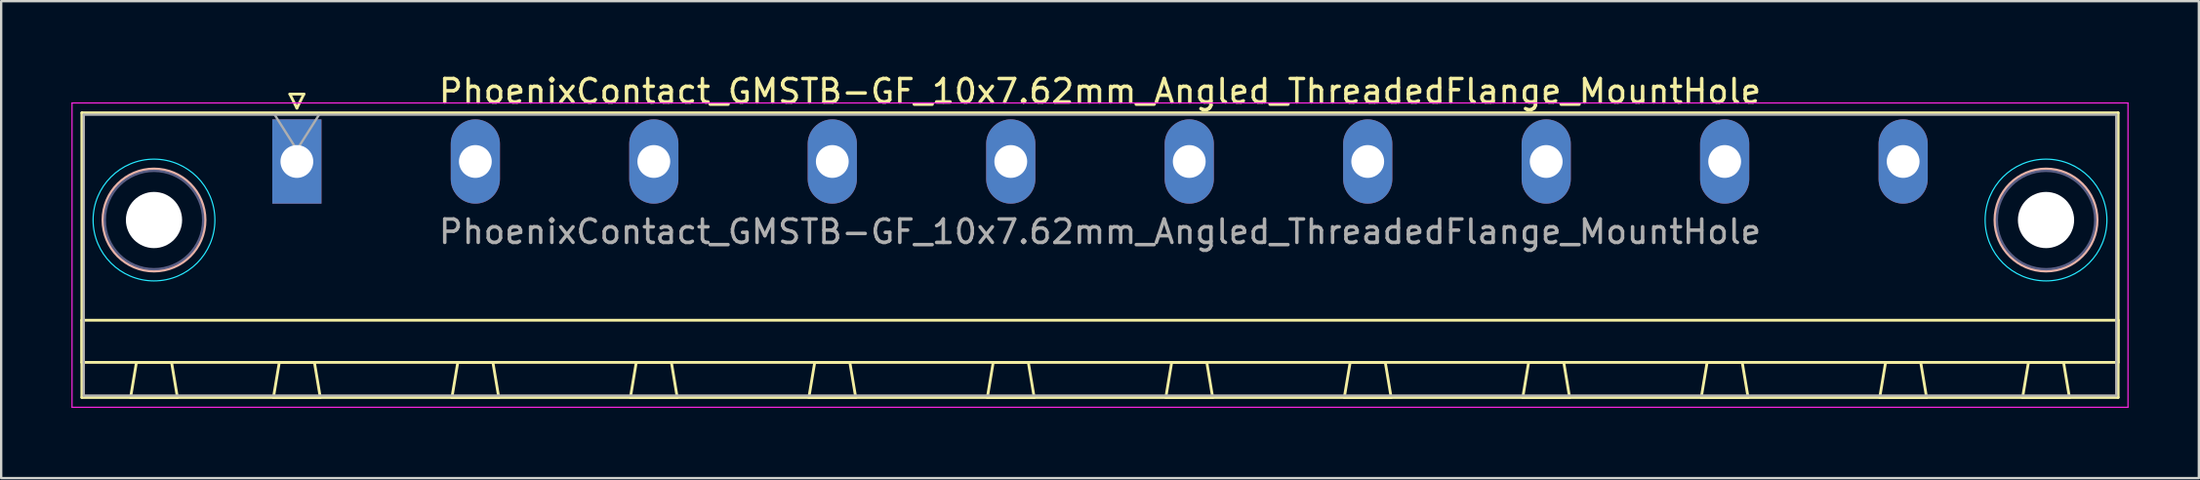
<source format=kicad_pcb>
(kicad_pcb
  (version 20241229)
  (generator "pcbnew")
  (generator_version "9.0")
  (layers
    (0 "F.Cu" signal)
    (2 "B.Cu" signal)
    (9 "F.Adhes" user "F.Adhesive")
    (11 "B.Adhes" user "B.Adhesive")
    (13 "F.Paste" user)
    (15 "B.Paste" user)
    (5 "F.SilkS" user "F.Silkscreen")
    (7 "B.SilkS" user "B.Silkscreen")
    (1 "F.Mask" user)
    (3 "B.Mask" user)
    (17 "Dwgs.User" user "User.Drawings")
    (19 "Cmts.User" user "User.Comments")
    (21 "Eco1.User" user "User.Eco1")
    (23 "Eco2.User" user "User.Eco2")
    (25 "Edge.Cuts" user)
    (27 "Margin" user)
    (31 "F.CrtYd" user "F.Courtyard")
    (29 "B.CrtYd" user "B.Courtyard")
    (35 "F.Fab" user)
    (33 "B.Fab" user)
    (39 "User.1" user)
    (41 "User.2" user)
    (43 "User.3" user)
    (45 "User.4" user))
  (footprint "PhoenixContact_GMSTB-GF_10x7.62mm_Angled_ThreadedFlange_MountHole"
    (layer "F.Cu")
    (at 9.625 3.848)
    (property "Reference" "PhoenixContact_GMSTB-GF_10x7.62mm_Angled_ThreadedFlange_MountHole" (at 34.29 -3 0) (layer "F.SilkS") (effects (font (size 1 1) (thickness 0.15))))
    (attr through_hole)
    (fp_line (start -9.18 -2.08) (end -9.18 10.08) (stroke (width 0.12) (type solid)) (layer "F.SilkS"))
    (fp_line (start -9.18 6.78) (end 77.76 6.78) (stroke (width 0.12) (type solid)) (layer "F.SilkS"))
    (fp_line (start -9.18 8.58) (end -9.18 6.78) (stroke (width 0.12) (type solid)) (layer "F.SilkS"))
    (fp_line (start -9.18 10.08) (end 77.76 10.08) (stroke (width 0.12) (type solid)) (layer "F.SilkS"))
    (fp_line (start -7.1 10.08) (end -5.1 10.08) (stroke (width 0.12) (type solid)) (layer "F.SilkS"))
    (fp_line (start -6.85 8.58) (end -7.1 10.08) (stroke (width 0.12) (type solid)) (layer "F.SilkS"))
    (fp_line (start -5.35 8.58) (end -6.85 8.58) (stroke (width 0.12) (type solid)) (layer "F.SilkS"))
    (fp_line (start -5.1 10.08) (end -5.35 8.58) (stroke (width 0.12) (type solid)) (layer "F.SilkS"))
    (fp_line (start -1 10.08) (end 1 10.08) (stroke (width 0.12) (type solid)) (layer "F.SilkS"))
    (fp_line (start -0.75 8.58) (end -1 10.08) (stroke (width 0.12) (type solid)) (layer "F.SilkS"))
    (fp_line (start -0.3 -2.88) (end 0.3 -2.88) (stroke (width 0.12) (type solid)) (layer "F.SilkS"))
    (fp_line (start 0 -2.28) (end -0.3 -2.88) (stroke (width 0.12) (type solid)) (layer "F.SilkS"))
    (fp_line (start 0.3 -2.88) (end 0 -2.28) (stroke (width 0.12) (type solid)) (layer "F.SilkS"))
    (fp_line (start 0.75 8.58) (end -0.75 8.58) (stroke (width 0.12) (type solid)) (layer "F.SilkS"))
    (fp_line (start 1 10.08) (end 0.75 8.58) (stroke (width 0.12) (type solid)) (layer "F.SilkS"))
    (fp_line (start 6.62 10.08) (end 8.62 10.08) (stroke (width 0.12) (type solid)) (layer "F.SilkS"))
    (fp_line (start 6.87 8.58) (end 6.62 10.08) (stroke (width 0.12) (type solid)) (layer "F.SilkS"))
    (fp_line (start 8.37 8.58) (end 6.87 8.58) (stroke (width 0.12) (type solid)) (layer "F.SilkS"))
    (fp_line (start 8.62 10.08) (end 8.37 8.58) (stroke (width 0.12) (type solid)) (layer "F.SilkS"))
    (fp_line (start 14.24 10.08) (end 16.24 10.08) (stroke (width 0.12) (type solid)) (layer "F.SilkS"))
    (fp_line (start 14.49 8.58) (end 14.24 10.08) (stroke (width 0.12) (type solid)) (layer "F.SilkS"))
    (fp_line (start 15.99 8.58) (end 14.49 8.58) (stroke (width 0.12) (type solid)) (layer "F.SilkS"))
    (fp_line (start 16.24 10.08) (end 15.99 8.58) (stroke (width 0.12) (type solid)) (layer "F.SilkS"))
    (fp_line (start 21.86 10.08) (end 23.86 10.08) (stroke (width 0.12) (type solid)) (layer "F.SilkS"))
    (fp_line (start 22.11 8.58) (end 21.86 10.08) (stroke (width 0.12) (type solid)) (layer "F.SilkS"))
    (fp_line (start 23.61 8.58) (end 22.11 8.58) (stroke (width 0.12) (type solid)) (layer "F.SilkS"))
    (fp_line (start 23.86 10.08) (end 23.61 8.58) (stroke (width 0.12) (type solid)) (layer "F.SilkS"))
    (fp_line (start 29.48 10.08) (end 31.48 10.08) (stroke (width 0.12) (type solid)) (layer "F.SilkS"))
    (fp_line (start 29.73 8.58) (end 29.48 10.08) (stroke (width 0.12) (type solid)) (layer "F.SilkS"))
    (fp_line (start 31.23 8.58) (end 29.73 8.58) (stroke (width 0.12) (type solid)) (layer "F.SilkS"))
    (fp_line (start 31.48 10.08) (end 31.23 8.58) (stroke (width 0.12) (type solid)) (layer "F.SilkS"))
    (fp_line (start 37.1 10.08) (end 39.1 10.08) (stroke (width 0.12) (type solid)) (layer "F.SilkS"))
    (fp_line (start 37.35 8.58) (end 37.1 10.08) (stroke (width 0.12) (type solid)) (layer "F.SilkS"))
    (fp_line (start 38.85 8.58) (end 37.35 8.58) (stroke (width 0.12) (type solid)) (layer "F.SilkS"))
    (fp_line (start 39.1 10.08) (end 38.85 8.58) (stroke (width 0.12) (type solid)) (layer "F.SilkS"))
    (fp_line (start 44.72 10.08) (end 46.72 10.08) (stroke (width 0.12) (type solid)) (layer "F.SilkS"))
    (fp_line (start 44.97 8.58) (end 44.72 10.08) (stroke (width 0.12) (type solid)) (layer "F.SilkS"))
    (fp_line (start 46.47 8.58) (end 44.97 8.58) (stroke (width 0.12) (type solid)) (layer "F.SilkS"))
    (fp_line (start 46.72 10.08) (end 46.47 8.58) (stroke (width 0.12) (type solid)) (layer "F.SilkS"))
    (fp_line (start 52.34 10.08) (end 54.34 10.08) (stroke (width 0.12) (type solid)) (layer "F.SilkS"))
    (fp_line (start 52.59 8.58) (end 52.34 10.08) (stroke (width 0.12) (type solid)) (layer "F.SilkS"))
    (fp_line (start 54.09 8.58) (end 52.59 8.58) (stroke (width 0.12) (type solid)) (layer "F.SilkS"))
    (fp_line (start 54.34 10.08) (end 54.09 8.58) (stroke (width 0.12) (type solid)) (layer "F.SilkS"))
    (fp_line (start 59.96 10.08) (end 61.96 10.08) (stroke (width 0.12) (type solid)) (layer "F.SilkS"))
    (fp_line (start 60.21 8.58) (end 59.96 10.08) (stroke (width 0.12) (type solid)) (layer "F.SilkS"))
    (fp_line (start 61.71 8.58) (end 60.21 8.58) (stroke (width 0.12) (type solid)) (layer "F.SilkS"))
    (fp_line (start 61.96 10.08) (end 61.71 8.58) (stroke (width 0.12) (type solid)) (layer "F.SilkS"))
    (fp_line (start 67.58 10.08) (end 69.58 10.08) (stroke (width 0.12) (type solid)) (layer "F.SilkS"))
    (fp_line (start 67.83 8.58) (end 67.58 10.08) (stroke (width 0.12) (type solid)) (layer "F.SilkS"))
    (fp_line (start 69.33 8.58) (end 67.83 8.58) (stroke (width 0.12) (type solid)) (layer "F.SilkS"))
    (fp_line (start 69.58 10.08) (end 69.33 8.58) (stroke (width 0.12) (type solid)) (layer "F.SilkS"))
    (fp_line (start 73.68 10.08) (end 75.68 10.08) (stroke (width 0.12) (type solid)) (layer "F.SilkS"))
    (fp_line (start 73.93 8.58) (end 73.68 10.08) (stroke (width 0.12) (type solid)) (layer "F.SilkS"))
    (fp_line (start 75.43 8.58) (end 73.93 8.58) (stroke (width 0.12) (type solid)) (layer "F.SilkS"))
    (fp_line (start 75.68 10.08) (end 75.43 8.58) (stroke (width 0.12) (type solid)) (layer "F.SilkS"))
    (fp_line (start 77.76 -2.08) (end -9.18 -2.08) (stroke (width 0.12) (type solid)) (layer "F.SilkS"))
    (fp_line (start 77.76 6.78) (end 77.76 8.58) (stroke (width 0.12) (type solid)) (layer "F.SilkS"))
    (fp_line (start 77.76 8.58) (end -9.18 8.58) (stroke (width 0.12) (type solid)) (layer "F.SilkS"))
    (fp_line (start 77.76 10.08) (end 77.76 -2.08) (stroke (width 0.12) (type solid)) (layer "F.SilkS"))
    (fp_circle (center -6.1 2.5) (end -3.92 2.5) (stroke (width 0.12) (type solid)) (fill no) (layer "B.SilkS"))
    (fp_circle (center 74.68 2.5) (end 76.86 2.5) (stroke (width 0.12) (type solid)) (fill no) (layer "B.SilkS"))
    (fp_circle (center -6.1 2.5) (end -3.5 2.5) (stroke (width 0.05) (type solid)) (fill no) (layer "B.CrtYd"))
    (fp_circle (center 74.68 2.5) (end 77.28 2.5) (stroke (width 0.05) (type solid)) (fill no) (layer "B.CrtYd"))
    (fp_line (start -9.6 -2.5) (end -9.6 10.5) (stroke (width 0.05) (type solid)) (layer "F.CrtYd"))
    (fp_line (start -9.6 10.5) (end 78.18 10.5) (stroke (width 0.05) (type solid)) (layer "F.CrtYd"))
    (fp_line (start 78.18 -2.5) (end -9.6 -2.5) (stroke (width 0.05) (type solid)) (layer "F.CrtYd"))
    (fp_line (start 78.18 10.5) (end 78.18 -2.5) (stroke (width 0.05) (type solid)) (layer "F.CrtYd"))
    (fp_circle (center -6.1 2.5) (end -4 2.5) (stroke (width 0.1) (type solid)) (fill no) (layer "B.Fab"))
    (fp_circle (center 74.68 2.5) (end 76.78 2.5) (stroke (width 0.1) (type solid)) (fill no) (layer "B.Fab"))
    (fp_line (start -9.1 -2) (end -9.1 10) (stroke (width 0.1) (type solid)) (layer "F.Fab"))
    (fp_line (start -9.1 10) (end 77.68 10) (stroke (width 0.1) (type solid)) (layer "F.Fab"))
    (fp_line (start 0 -0.5) (end -0.95 -2) (stroke (width 0.1) (type solid)) (layer "F.Fab"))
    (fp_line (start 0.95 -2) (end 0 -0.5) (stroke (width 0.1) (type solid)) (layer "F.Fab"))
    (fp_line (start 77.68 -2) (end -9.1 -2) (stroke (width 0.1) (type solid)) (layer "F.Fab"))
    (fp_line (start 77.68 10) (end 77.68 -2) (stroke (width 0.1) (type solid)) (layer "F.Fab"))
    (fp_text user "${REFERENCE}" (at 34.29 3 0) (layer "F.Fab") (effects (font (size 1 1) (thickness 0.15))))
    (pad "" np_thru_hole circle (at -6.1 2.5) (size 2.4 2.4) (drill 2.4) (layers "*.Cu" "*.Mask"))
    (pad "" np_thru_hole circle (at 74.68 2.5) (size 2.4 2.4) (drill 2.4) (layers "*.Cu" "*.Mask"))
    (pad "1" thru_hole rect (at 0 0) (size 2.1 3.6) (drill 1.4) (layers "*.Cu" "*.Mask"))
    (pad "2" thru_hole oval (at 7.62 0) (size 2.1 3.6) (drill 1.4) (layers "*.Cu" "*.Mask"))
    (pad "3" thru_hole oval (at 15.24 0) (size 2.1 3.6) (drill 1.4) (layers "*.Cu" "*.Mask"))
    (pad "4" thru_hole oval (at 22.86 0) (size 2.1 3.6) (drill 1.4) (layers "*.Cu" "*.Mask"))
    (pad "5" thru_hole oval (at 30.48 0) (size 2.1 3.6) (drill 1.4) (layers "*.Cu" "*.Mask"))
    (pad "6" thru_hole oval (at 38.1 0) (size 2.1 3.6) (drill 1.4) (layers "*.Cu" "*.Mask"))
    (pad "7" thru_hole oval (at 45.72 0) (size 2.1 3.6) (drill 1.4) (layers "*.Cu" "*.Mask"))
    (pad "8" thru_hole oval (at 53.34 0) (size 2.1 3.6) (drill 1.4) (layers "*.Cu" "*.Mask"))
    (pad "9" thru_hole oval (at 60.96 0) (size 2.1 3.6) (drill 1.4) (layers "*.Cu" "*.Mask"))
    (pad "10" thru_hole oval (at 68.58 0) (size 2.1 3.6) (drill 1.4) (layers "*.Cu" "*.Mask")))
  (gr_rect
    (start -3 -3)
    (end 90.83 17.373)
    (stroke (width 0.1) (type default))
    (fill no)
    (layer "Edge.Cuts")))
</source>
